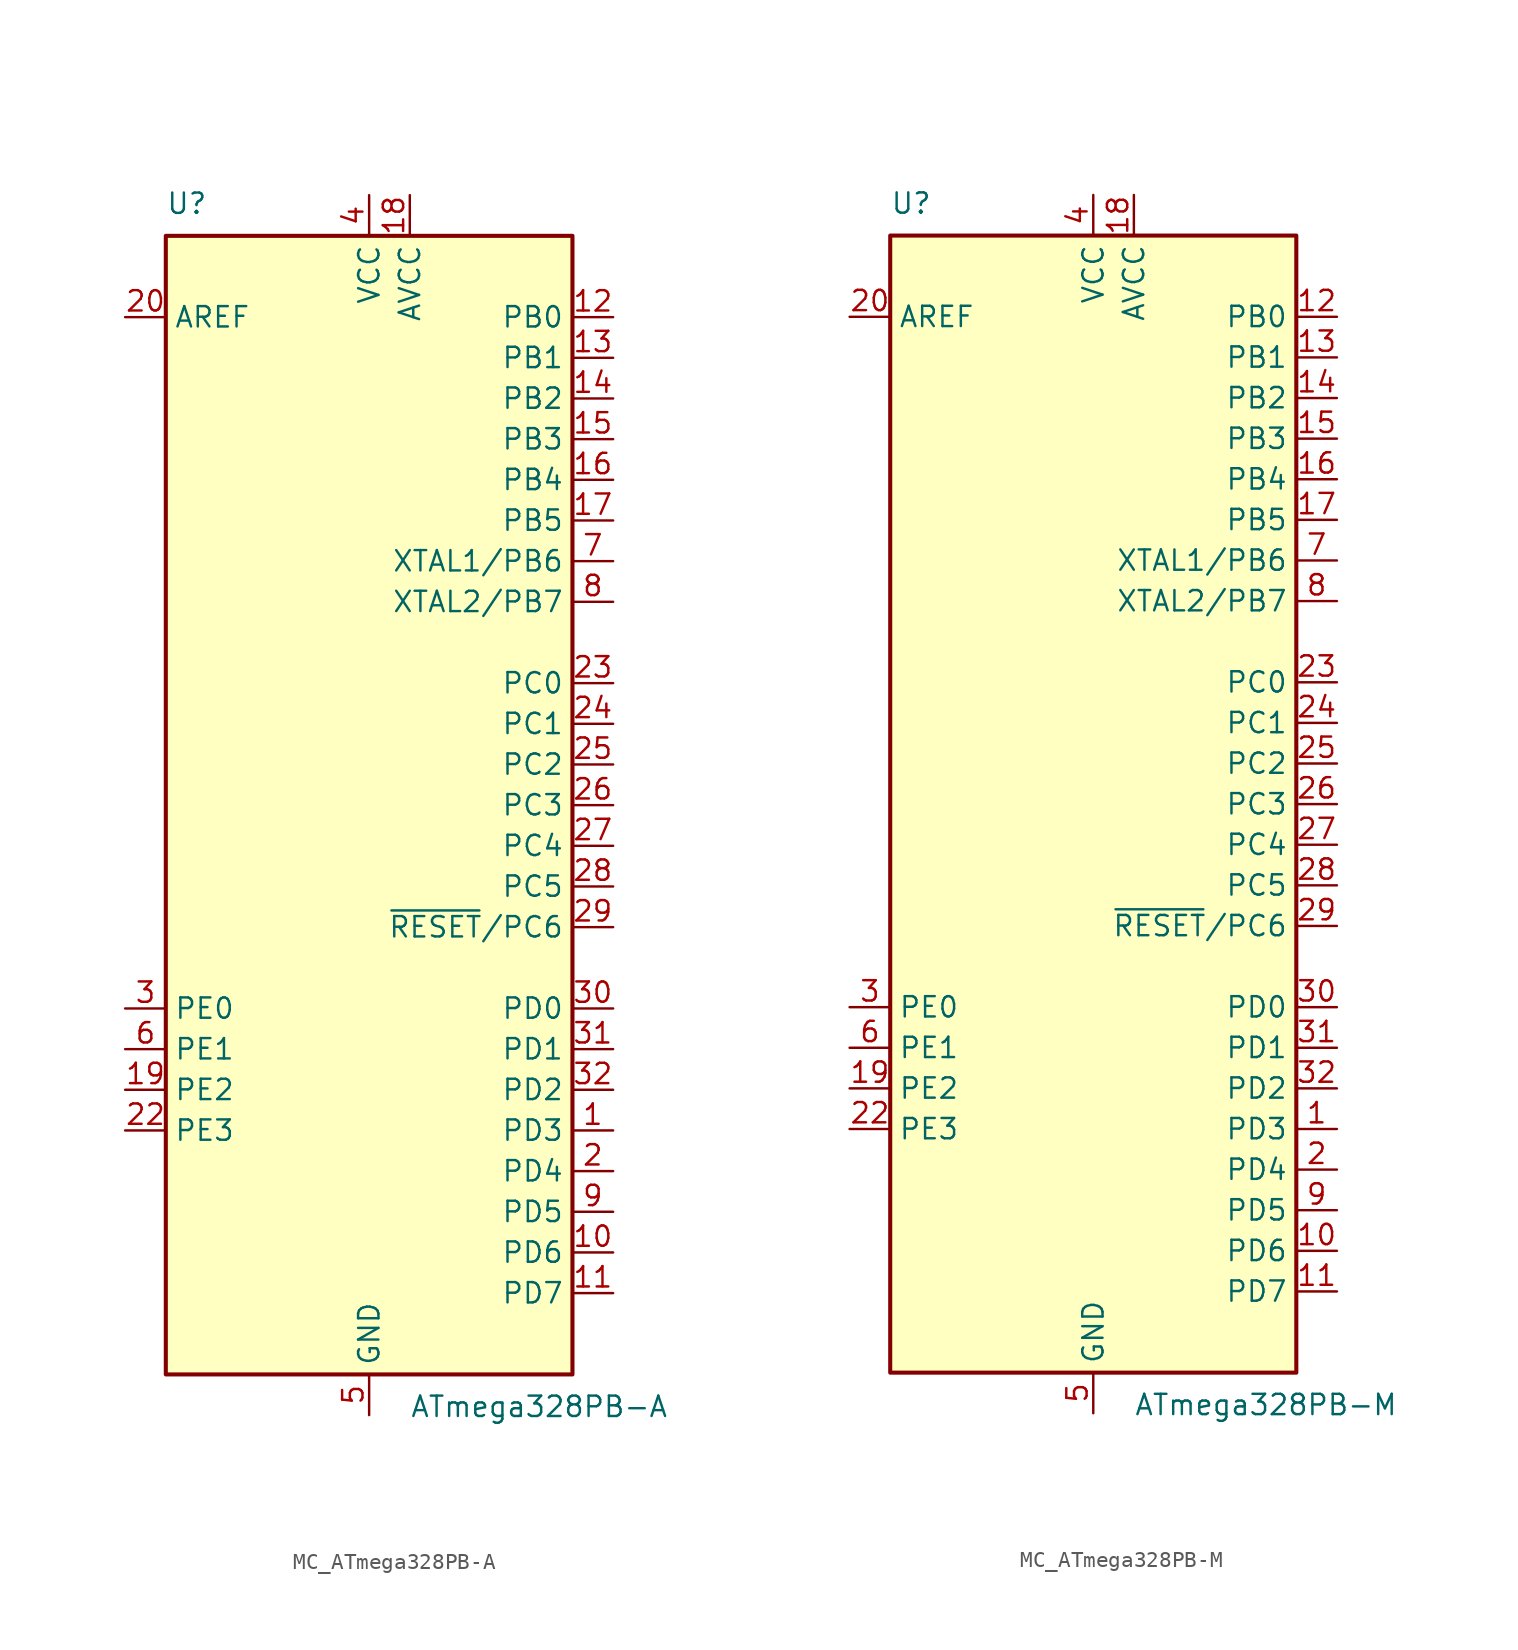
<source format=kicad_sym>
(kicad_symbol_lib
  (version 20220914)
  (generator kicad_symbol_editor)
  (symbol "MC_ATmega328PB-A"
    (property "Reference" "U"
      (at -12.7 36.83 0)
      (effects (font (size 1.27 1.27)) (justify left bottom)))
    (property "Value" "ATmega328PB-A"
      (at 2.54 -36.83 0)
      (effects (font (size 1.27 1.27)) (justify left top)))
    (symbol "MC_ATmega328PB-A_0_1"
      (rectangle (start -12.7 -35.56) (end 12.7 35.56) (stroke (width 0.254) (type default)) (fill (type background))))
    (symbol "MC_ATmega328PB-A_1_1"
      (pin bidirectional line (at 15.24 -20.32 180) (length 2.54) (name "PD3" (effects (font (size 1.27 1.27)))) (number "1" (effects (font (size 1.27 1.27)))))
      (pin bidirectional line (at 15.24 -27.94 180) (length 2.54) (name "PD6" (effects (font (size 1.27 1.27)))) (number "10" (effects (font (size 1.27 1.27)))))
      (pin bidirectional line (at 15.24 -30.48 180) (length 2.54) (name "PD7" (effects (font (size 1.27 1.27)))) (number "11" (effects (font (size 1.27 1.27)))))
      (pin bidirectional line (at 15.24 30.48 180) (length 2.54) (name "PB0" (effects (font (size 1.27 1.27)))) (number "12" (effects (font (size 1.27 1.27)))))
      (pin bidirectional line (at 15.24 27.94 180) (length 2.54) (name "PB1" (effects (font (size 1.27 1.27)))) (number "13" (effects (font (size 1.27 1.27)))))
      (pin bidirectional line (at 15.24 25.4 180) (length 2.54) (name "PB2" (effects (font (size 1.27 1.27)))) (number "14" (effects (font (size 1.27 1.27)))))
      (pin bidirectional line (at 15.24 22.86 180) (length 2.54) (name "PB3" (effects (font (size 1.27 1.27)))) (number "15" (effects (font (size 1.27 1.27)))))
      (pin bidirectional line (at 15.24 20.32 180) (length 2.54) (name "PB4" (effects (font (size 1.27 1.27)))) (number "16" (effects (font (size 1.27 1.27)))))
      (pin bidirectional line (at 15.24 17.78 180) (length 2.54) (name "PB5" (effects (font (size 1.27 1.27)))) (number "17" (effects (font (size 1.27 1.27)))))
      (pin power_in line (at 2.54 38.1 270) (length 2.54) (name "AVCC" (effects (font (size 1.27 1.27)))) (number "18" (effects (font (size 1.27 1.27)))))
      (pin bidirectional line (at -15.24 -17.78 0) (length 2.54) (name "PE2" (effects (font (size 1.27 1.27)))) (number "19" (effects (font (size 1.27 1.27)))))
      (pin bidirectional line (at 15.24 -22.86 180) (length 2.54) (name "PD4" (effects (font (size 1.27 1.27)))) (number "2" (effects (font (size 1.27 1.27)))))
      (pin passive line (at -15.24 30.48 0) (length 2.54) (name "AREF" (effects (font (size 1.27 1.27)))) (number "20" (effects (font (size 1.27 1.27)))))
      (pin passive line (at 0 -38.1 90) (length 2.54) hide (name "GND" (effects (font (size 1.27 1.27)))) (number "21" (effects (font (size 1.27 1.27)))))
      (pin bidirectional line (at -15.24 -20.32 0) (length 2.54) (name "PE3" (effects (font (size 1.27 1.27)))) (number "22" (effects (font (size 1.27 1.27)))))
      (pin bidirectional line (at 15.24 7.62 180) (length 2.54) (name "PC0" (effects (font (size 1.27 1.27)))) (number "23" (effects (font (size 1.27 1.27)))))
      (pin bidirectional line (at 15.24 5.08 180) (length 2.54) (name "PC1" (effects (font (size 1.27 1.27)))) (number "24" (effects (font (size 1.27 1.27)))))
      (pin bidirectional line (at 15.24 2.54 180) (length 2.54) (name "PC2" (effects (font (size 1.27 1.27)))) (number "25" (effects (font (size 1.27 1.27)))))
      (pin bidirectional line (at 15.24 0 180) (length 2.54) (name "PC3" (effects (font (size 1.27 1.27)))) (number "26" (effects (font (size 1.27 1.27)))))
      (pin bidirectional line (at 15.24 -2.54 180) (length 2.54) (name "PC4" (effects (font (size 1.27 1.27)))) (number "27" (effects (font (size 1.27 1.27)))))
      (pin bidirectional line (at 15.24 -5.08 180) (length 2.54) (name "PC5" (effects (font (size 1.27 1.27)))) (number "28" (effects (font (size 1.27 1.27)))))
      (pin bidirectional line (at 15.24 -7.62 180) (length 2.54) (name "~{RESET}/PC6" (effects (font (size 1.27 1.27)))) (number "29" (effects (font (size 1.27 1.27)))))
      (pin bidirectional line (at -15.24 -12.7 0) (length 2.54) (name "PE0" (effects (font (size 1.27 1.27)))) (number "3" (effects (font (size 1.27 1.27)))))
      (pin bidirectional line (at 15.24 -12.7 180) (length 2.54) (name "PD0" (effects (font (size 1.27 1.27)))) (number "30" (effects (font (size 1.27 1.27)))))
      (pin bidirectional line (at 15.24 -15.24 180) (length 2.54) (name "PD1" (effects (font (size 1.27 1.27)))) (number "31" (effects (font (size 1.27 1.27)))))
      (pin bidirectional line (at 15.24 -17.78 180) (length 2.54) (name "PD2" (effects (font (size 1.27 1.27)))) (number "32" (effects (font (size 1.27 1.27)))))
      (pin power_in line (at 0 38.1 270) (length 2.54) (name "VCC" (effects (font (size 1.27 1.27)))) (number "4" (effects (font (size 1.27 1.27)))))
      (pin power_in line (at 0 -38.1 90) (length 2.54) (name "GND" (effects (font (size 1.27 1.27)))) (number "5" (effects (font (size 1.27 1.27)))))
      (pin bidirectional line (at -15.24 -15.24 0) (length 2.54) (name "PE1" (effects (font (size 1.27 1.27)))) (number "6" (effects (font (size 1.27 1.27)))))
      (pin bidirectional line (at 15.24 15.24 180) (length 2.54) (name "XTAL1/PB6" (effects (font (size 1.27 1.27)))) (number "7" (effects (font (size 1.27 1.27)))))
      (pin bidirectional line (at 15.24 12.7 180) (length 2.54) (name "XTAL2/PB7" (effects (font (size 1.27 1.27)))) (number "8" (effects (font (size 1.27 1.27)))))
      (pin bidirectional line (at 15.24 -25.4 180) (length 2.54) (name "PD5" (effects (font (size 1.27 1.27)))) (number "9" (effects (font (size 1.27 1.27)))))))
  (symbol "MC_ATmega328PB-M"
    (property "Reference" "U"
      (at -12.7 36.83 0)
      (effects (font (size 1.27 1.27)) (justify left bottom)))
    (property "Value" "ATmega328PB-M"
      (at 2.54 -36.83 0)
      (effects (font (size 1.27 1.27)) (justify left top)))
    (symbol "MC_ATmega328PB-M_0_1"
      (rectangle (start -12.7 -35.56) (end 12.7 35.56) (stroke (width 0.254) (type default)) (fill (type background))))
    (symbol "MC_ATmega328PB-M_1_1"
      (pin bidirectional line (at 15.24 -20.32 180) (length 2.54) (name "PD3" (effects (font (size 1.27 1.27)))) (number "1" (effects (font (size 1.27 1.27)))))
      (pin bidirectional line (at 15.24 -27.94 180) (length 2.54) (name "PD6" (effects (font (size 1.27 1.27)))) (number "10" (effects (font (size 1.27 1.27)))))
      (pin bidirectional line (at 15.24 -30.48 180) (length 2.54) (name "PD7" (effects (font (size 1.27 1.27)))) (number "11" (effects (font (size 1.27 1.27)))))
      (pin bidirectional line (at 15.24 30.48 180) (length 2.54) (name "PB0" (effects (font (size 1.27 1.27)))) (number "12" (effects (font (size 1.27 1.27)))))
      (pin bidirectional line (at 15.24 27.94 180) (length 2.54) (name "PB1" (effects (font (size 1.27 1.27)))) (number "13" (effects (font (size 1.27 1.27)))))
      (pin bidirectional line (at 15.24 25.4 180) (length 2.54) (name "PB2" (effects (font (size 1.27 1.27)))) (number "14" (effects (font (size 1.27 1.27)))))
      (pin bidirectional line (at 15.24 22.86 180) (length 2.54) (name "PB3" (effects (font (size 1.27 1.27)))) (number "15" (effects (font (size 1.27 1.27)))))
      (pin bidirectional line (at 15.24 20.32 180) (length 2.54) (name "PB4" (effects (font (size 1.27 1.27)))) (number "16" (effects (font (size 1.27 1.27)))))
      (pin bidirectional line (at 15.24 17.78 180) (length 2.54) (name "PB5" (effects (font (size 1.27 1.27)))) (number "17" (effects (font (size 1.27 1.27)))))
      (pin power_in line (at 2.54 38.1 270) (length 2.54) (name "AVCC" (effects (font (size 1.27 1.27)))) (number "18" (effects (font (size 1.27 1.27)))))
      (pin bidirectional line (at -15.24 -17.78 0) (length 2.54) (name "PE2" (effects (font (size 1.27 1.27)))) (number "19" (effects (font (size 1.27 1.27)))))
      (pin bidirectional line (at 15.24 -22.86 180) (length 2.54) (name "PD4" (effects (font (size 1.27 1.27)))) (number "2" (effects (font (size 1.27 1.27)))))
      (pin passive line (at -15.24 30.48 0) (length 2.54) (name "AREF" (effects (font (size 1.27 1.27)))) (number "20" (effects (font (size 1.27 1.27)))))
      (pin passive line (at 0 -38.1 90) (length 2.54) hide (name "GND" (effects (font (size 1.27 1.27)))) (number "21" (effects (font (size 1.27 1.27)))))
      (pin bidirectional line (at -15.24 -20.32 0) (length 2.54) (name "PE3" (effects (font (size 1.27 1.27)))) (number "22" (effects (font (size 1.27 1.27)))))
      (pin bidirectional line (at 15.24 7.62 180) (length 2.54) (name "PC0" (effects (font (size 1.27 1.27)))) (number "23" (effects (font (size 1.27 1.27)))))
      (pin bidirectional line (at 15.24 5.08 180) (length 2.54) (name "PC1" (effects (font (size 1.27 1.27)))) (number "24" (effects (font (size 1.27 1.27)))))
      (pin bidirectional line (at 15.24 2.54 180) (length 2.54) (name "PC2" (effects (font (size 1.27 1.27)))) (number "25" (effects (font (size 1.27 1.27)))))
      (pin bidirectional line (at 15.24 0 180) (length 2.54) (name "PC3" (effects (font (size 1.27 1.27)))) (number "26" (effects (font (size 1.27 1.27)))))
      (pin bidirectional line (at 15.24 -2.54 180) (length 2.54) (name "PC4" (effects (font (size 1.27 1.27)))) (number "27" (effects (font (size 1.27 1.27)))))
      (pin bidirectional line (at 15.24 -5.08 180) (length 2.54) (name "PC5" (effects (font (size 1.27 1.27)))) (number "28" (effects (font (size 1.27 1.27)))))
      (pin bidirectional line (at 15.24 -7.62 180) (length 2.54) (name "~{RESET}/PC6" (effects (font (size 1.27 1.27)))) (number "29" (effects (font (size 1.27 1.27)))))
      (pin bidirectional line (at -15.24 -12.7 0) (length 2.54) (name "PE0" (effects (font (size 1.27 1.27)))) (number "3" (effects (font (size 1.27 1.27)))))
      (pin bidirectional line (at 15.24 -12.7 180) (length 2.54) (name "PD0" (effects (font (size 1.27 1.27)))) (number "30" (effects (font (size 1.27 1.27)))))
      (pin bidirectional line (at 15.24 -15.24 180) (length 2.54) (name "PD1" (effects (font (size 1.27 1.27)))) (number "31" (effects (font (size 1.27 1.27)))))
      (pin bidirectional line (at 15.24 -17.78 180) (length 2.54) (name "PD2" (effects (font (size 1.27 1.27)))) (number "32" (effects (font (size 1.27 1.27)))))
      (pin power_in line (at 0 38.1 270) (length 2.54) (name "VCC" (effects (font (size 1.27 1.27)))) (number "4" (effects (font (size 1.27 1.27)))))
      (pin power_in line (at 0 -38.1 90) (length 2.54) (name "GND" (effects (font (size 1.27 1.27)))) (number "5" (effects (font (size 1.27 1.27)))))
      (pin bidirectional line (at -15.24 -15.24 0) (length 2.54) (name "PE1" (effects (font (size 1.27 1.27)))) (number "6" (effects (font (size 1.27 1.27)))))
      (pin bidirectional line (at 15.24 15.24 180) (length 2.54) (name "XTAL1/PB6" (effects (font (size 1.27 1.27)))) (number "7" (effects (font (size 1.27 1.27)))))
      (pin bidirectional line (at 15.24 12.7 180) (length 2.54) (name "XTAL2/PB7" (effects (font (size 1.27 1.27)))) (number "8" (effects (font (size 1.27 1.27)))))
      (pin bidirectional line (at 15.24 -25.4 180) (length 2.54) (name "PD5" (effects (font (size 1.27 1.27)))) (number "9" (effects (font (size 1.27 1.27))))))))
</source>
